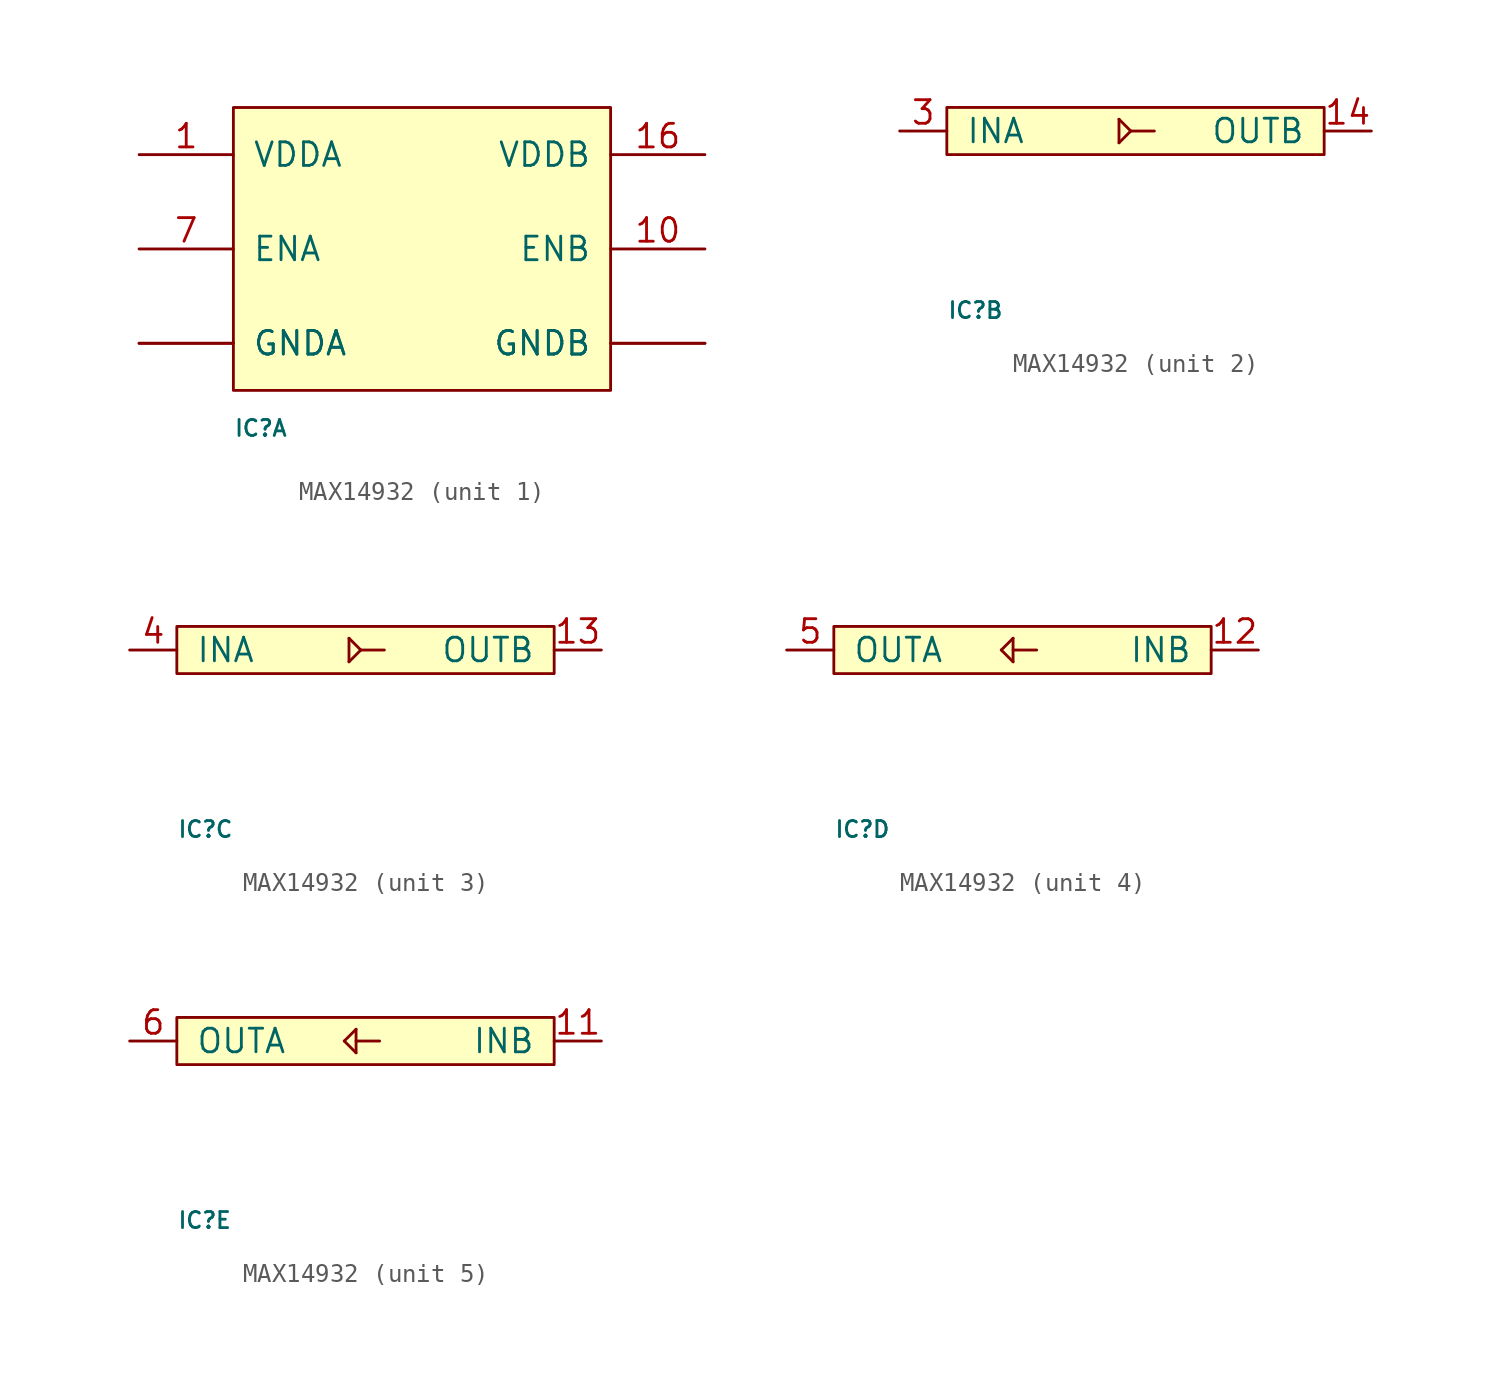
<source format=kicad_sym>
(kicad_symbol_lib
  (version 20231120)
  (generator "kicad_symbol_editor")
  (generator_version "8.0")
  (symbol "MAX14932"
    (pin_names
      (offset 1.016))
    (property "Reference" "IC"
      (at -10.16 -10.16 0)
      (effects (font (size 0.864 0.864)) (justify left bottom)))
    (property "ki_locked" ""
      (at 0 0 0)
      (effects (font (size 1.27 1.27))))
    (symbol "MAX14932_1_0"
      (pin power_in line (at -15.24 5.08 0) (length 5.08) (name "VDDA" (effects (font (size 1.27 1.27)))) (number "1" (effects (font (size 1.27 1.27)))))
      (pin input line (at 15.24 0 180) (length 5.08) (name "ENB" (effects (font (size 1.27 1.27)))) (number "10" (effects (font (size 1.27 1.27)))))
      (pin power_in line (at 15.24 -5.08 180) (length 5.08) (name "GNDB" (effects (font (size 1.27 1.27)))) (number "15" (effects (font (size 0 0)))))
      (pin power_in line (at 15.24 5.08 180) (length 5.08) (name "VDDB" (effects (font (size 1.27 1.27)))) (number "16" (effects (font (size 1.27 1.27)))))
      (pin power_in line (at -15.24 -5.08 0) (length 5.08) (name "GNDA" (effects (font (size 1.27 1.27)))) (number "2" (effects (font (size 0 0)))))
      (pin input line (at -15.24 0 0) (length 5.08) (name "ENA" (effects (font (size 1.27 1.27)))) (number "7" (effects (font (size 1.27 1.27)))))
      (pin power_in line (at -15.24 -5.08 0) (length 5.08) (name "GNDA" (effects (font (size 1.27 1.27)))) (number "8" (effects (font (size 0 0)))))
      (pin power_in line (at 15.24 -5.08 180) (length 5.08) (name "GNDB" (effects (font (size 1.27 1.27)))) (number "9" (effects (font (size 0 0))))))
    (symbol "MAX14932_1_1"
      (rectangle (start -10.16 7.62) (end 10.16 -7.62) (stroke (width 0) (type default)) (fill (type background))))
    (symbol "MAX14932_2_0"
      (polyline (pts (xy -0.889 -0.635) (xy -0.254 0)) (stroke (width 0) (type solid)) (fill (type none)))
      (polyline (pts (xy -0.889 0.635) (xy -0.889 -0.635)) (stroke (width 0) (type solid)) (fill (type none)))
      (polyline (pts (xy -0.254 0) (xy -0.889 0.635)) (stroke (width 0) (type solid)) (fill (type none)))
      (polyline (pts (xy -0.254 0) (xy 1.016 0)) (stroke (width 0) (type solid)) (fill (type none)))
      (pin output line (at 12.7 0 180) (length 2.54) (name "OUTB" (effects (font (size 1.27 1.27)))) (number "14" (effects (font (size 1.27 1.27)))))
      (pin input line (at -12.7 0 0) (length 2.54) (name "INA" (effects (font (size 1.27 1.27)))) (number "3" (effects (font (size 1.27 1.27))))))
    (symbol "MAX14932_2_1"
      (rectangle (start -10.16 1.27) (end 10.16 -1.27) (stroke (width 0) (type default)) (fill (type background))))
    (symbol "MAX14932_3_0"
      (polyline (pts (xy -0.889 -0.635) (xy -0.254 0)) (stroke (width 0) (type solid)) (fill (type none)))
      (polyline (pts (xy -0.889 0.635) (xy -0.889 -0.635)) (stroke (width 0) (type solid)) (fill (type none)))
      (polyline (pts (xy -0.254 0) (xy -0.889 0.635)) (stroke (width 0) (type solid)) (fill (type none)))
      (polyline (pts (xy -0.254 0) (xy 1.016 0)) (stroke (width 0) (type solid)) (fill (type none)))
      (pin output line (at 12.7 0 180) (length 2.54) (name "OUTB" (effects (font (size 1.27 1.27)))) (number "13" (effects (font (size 1.27 1.27)))))
      (pin input line (at -12.7 0 0) (length 2.54) (name "INA" (effects (font (size 1.27 1.27)))) (number "4" (effects (font (size 1.27 1.27))))))
    (symbol "MAX14932_3_1"
      (rectangle (start -10.16 1.27) (end 10.16 -1.27) (stroke (width 0) (type default)) (fill (type background))))
    (symbol "MAX14932_4_0"
      (polyline (pts (xy -1.143 0) (xy -0.508 -0.635)) (stroke (width 0) (type solid)) (fill (type none)))
      (polyline (pts (xy -0.508 -0.635) (xy -0.508 0.635)) (stroke (width 0) (type solid)) (fill (type none)))
      (polyline (pts (xy -0.508 0) (xy 0.762 0)) (stroke (width 0) (type solid)) (fill (type none)))
      (polyline (pts (xy -0.508 0.635) (xy -1.143 0)) (stroke (width 0) (type solid)) (fill (type none)))
      (pin input line (at 12.7 0 180) (length 2.54) (name "INB" (effects (font (size 1.27 1.27)))) (number "12" (effects (font (size 1.27 1.27)))))
      (pin output line (at -12.7 0 0) (length 2.54) (name "OUTA" (effects (font (size 1.27 1.27)))) (number "5" (effects (font (size 1.27 1.27))))))
    (symbol "MAX14932_4_1"
      (rectangle (start -10.16 1.27) (end 10.16 -1.27) (stroke (width 0) (type default)) (fill (type background))))
    (symbol "MAX14932_5_0"
      (polyline (pts (xy -1.143 0) (xy -0.508 -0.635)) (stroke (width 0) (type solid)) (fill (type none)))
      (polyline (pts (xy -0.508 -0.635) (xy -0.508 0.635)) (stroke (width 0) (type solid)) (fill (type none)))
      (polyline (pts (xy -0.508 0) (xy 0.762 0)) (stroke (width 0) (type solid)) (fill (type none)))
      (polyline (pts (xy -0.508 0.635) (xy -1.143 0)) (stroke (width 0) (type solid)) (fill (type none)))
      (pin input line (at 12.7 0 180) (length 2.54) (name "INB" (effects (font (size 1.27 1.27)))) (number "11" (effects (font (size 1.27 1.27)))))
      (pin output line (at -12.7 0 0) (length 2.54) (name "OUTA" (effects (font (size 1.27 1.27)))) (number "6" (effects (font (size 1.27 1.27))))))
    (symbol "MAX14932_5_1"
      (rectangle (start -10.16 1.27) (end 10.16 -1.27) (stroke (width 0) (type default)) (fill (type background))))))
</source>
